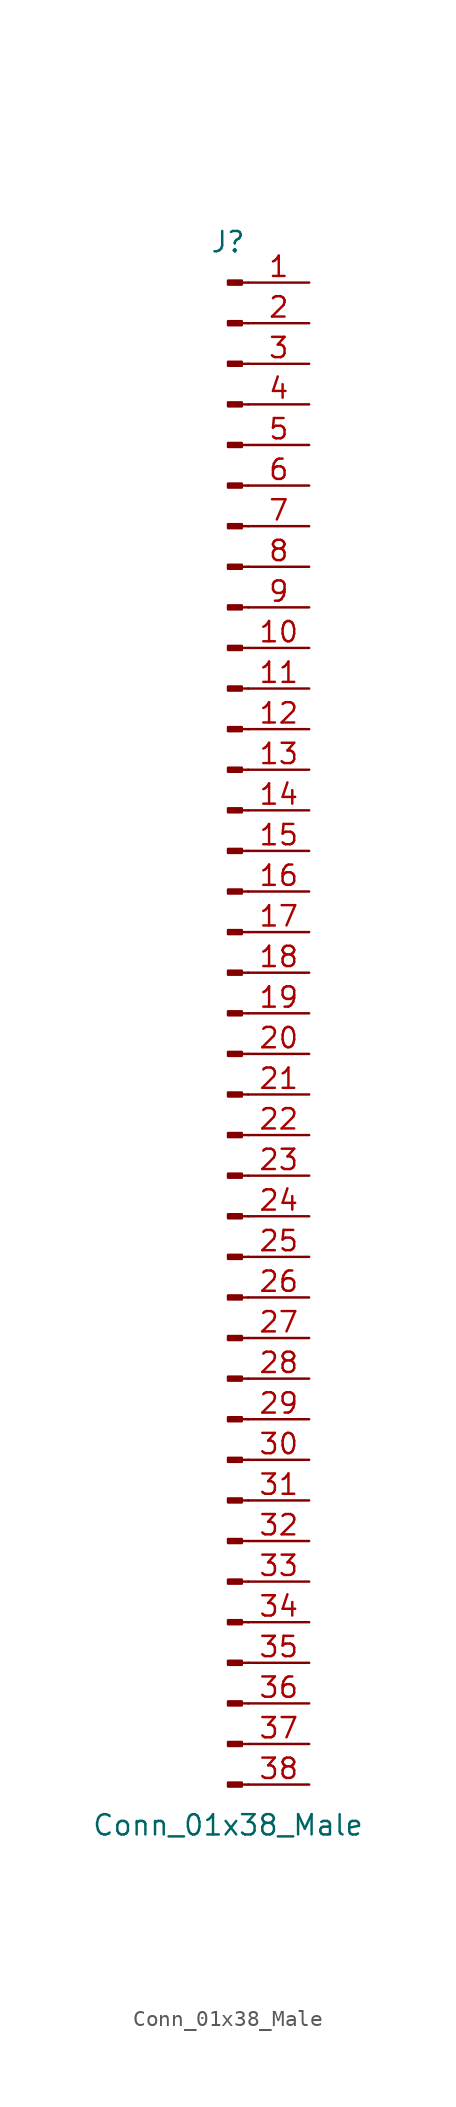
<source format=kicad_sym>
(kicad_symbol_lib
  (version 20231120)
  (generator "kicad_symbol_editor")
  (generator_version "8.0")
  (symbol "Conn_01x38_Male"
    (pin_names
      (offset 1.016) hide)
    (property "Reference" "J"
      (at 0 48.26 0)
      (effects (font (size 1.27 1.27))))
    (property "Value" "Conn_01x38_Male"
      (at 0 -50.8 0)
      (effects (font (size 1.27 1.27))))
    (symbol "Conn_01x38_Male_1_1"
      (polyline (pts (xy 1.27 -48.26) (xy 0.864 -48.26)) (stroke (width 0.152) (type default)) (fill (type none)))
      (polyline (pts (xy 1.27 -45.72) (xy 0.864 -45.72)) (stroke (width 0.152) (type default)) (fill (type none)))
      (polyline (pts (xy 1.27 -43.18) (xy 0.864 -43.18)) (stroke (width 0.152) (type default)) (fill (type none)))
      (polyline (pts (xy 1.27 -40.64) (xy 0.864 -40.64)) (stroke (width 0.152) (type default)) (fill (type none)))
      (polyline (pts (xy 1.27 -38.1) (xy 0.864 -38.1)) (stroke (width 0.152) (type default)) (fill (type none)))
      (polyline (pts (xy 1.27 -35.56) (xy 0.864 -35.56)) (stroke (width 0.152) (type default)) (fill (type none)))
      (polyline (pts (xy 1.27 -33.02) (xy 0.864 -33.02)) (stroke (width 0.152) (type default)) (fill (type none)))
      (polyline (pts (xy 1.27 -30.48) (xy 0.864 -30.48)) (stroke (width 0.152) (type default)) (fill (type none)))
      (polyline (pts (xy 1.27 -27.94) (xy 0.864 -27.94)) (stroke (width 0.152) (type default)) (fill (type none)))
      (polyline (pts (xy 1.27 -25.4) (xy 0.864 -25.4)) (stroke (width 0.152) (type default)) (fill (type none)))
      (polyline (pts (xy 1.27 -22.86) (xy 0.864 -22.86)) (stroke (width 0.152) (type default)) (fill (type none)))
      (polyline (pts (xy 1.27 -20.32) (xy 0.864 -20.32)) (stroke (width 0.152) (type default)) (fill (type none)))
      (polyline (pts (xy 1.27 -17.78) (xy 0.864 -17.78)) (stroke (width 0.152) (type default)) (fill (type none)))
      (polyline (pts (xy 1.27 -15.24) (xy 0.864 -15.24)) (stroke (width 0.152) (type default)) (fill (type none)))
      (polyline (pts (xy 1.27 -12.7) (xy 0.864 -12.7)) (stroke (width 0.152) (type default)) (fill (type none)))
      (polyline (pts (xy 1.27 -10.16) (xy 0.864 -10.16)) (stroke (width 0.152) (type default)) (fill (type none)))
      (polyline (pts (xy 1.27 -7.62) (xy 0.864 -7.62)) (stroke (width 0.152) (type default)) (fill (type none)))
      (polyline (pts (xy 1.27 -5.08) (xy 0.864 -5.08)) (stroke (width 0.152) (type default)) (fill (type none)))
      (polyline (pts (xy 1.27 -2.54) (xy 0.864 -2.54)) (stroke (width 0.152) (type default)) (fill (type none)))
      (polyline (pts (xy 1.27 0) (xy 0.864 0)) (stroke (width 0.152) (type default)) (fill (type none)))
      (polyline (pts (xy 1.27 2.54) (xy 0.864 2.54)) (stroke (width 0.152) (type default)) (fill (type none)))
      (polyline (pts (xy 1.27 5.08) (xy 0.864 5.08)) (stroke (width 0.152) (type default)) (fill (type none)))
      (polyline (pts (xy 1.27 7.62) (xy 0.864 7.62)) (stroke (width 0.152) (type default)) (fill (type none)))
      (polyline (pts (xy 1.27 10.16) (xy 0.864 10.16)) (stroke (width 0.152) (type default)) (fill (type none)))
      (polyline (pts (xy 1.27 12.7) (xy 0.864 12.7)) (stroke (width 0.152) (type default)) (fill (type none)))
      (polyline (pts (xy 1.27 15.24) (xy 0.864 15.24)) (stroke (width 0.152) (type default)) (fill (type none)))
      (polyline (pts (xy 1.27 17.78) (xy 0.864 17.78)) (stroke (width 0.152) (type default)) (fill (type none)))
      (polyline (pts (xy 1.27 20.32) (xy 0.864 20.32)) (stroke (width 0.152) (type default)) (fill (type none)))
      (polyline (pts (xy 1.27 22.86) (xy 0.864 22.86)) (stroke (width 0.152) (type default)) (fill (type none)))
      (polyline (pts (xy 1.27 25.4) (xy 0.864 25.4)) (stroke (width 0.152) (type default)) (fill (type none)))
      (polyline (pts (xy 1.27 27.94) (xy 0.864 27.94)) (stroke (width 0.152) (type default)) (fill (type none)))
      (polyline (pts (xy 1.27 30.48) (xy 0.864 30.48)) (stroke (width 0.152) (type default)) (fill (type none)))
      (polyline (pts (xy 1.27 33.02) (xy 0.864 33.02)) (stroke (width 0.152) (type default)) (fill (type none)))
      (polyline (pts (xy 1.27 35.56) (xy 0.864 35.56)) (stroke (width 0.152) (type default)) (fill (type none)))
      (polyline (pts (xy 1.27 38.1) (xy 0.864 38.1)) (stroke (width 0.152) (type default)) (fill (type none)))
      (polyline (pts (xy 1.27 40.64) (xy 0.864 40.64)) (stroke (width 0.152) (type default)) (fill (type none)))
      (polyline (pts (xy 1.27 43.18) (xy 0.864 43.18)) (stroke (width 0.152) (type default)) (fill (type none)))
      (polyline (pts (xy 1.27 45.72) (xy 0.864 45.72)) (stroke (width 0.152) (type default)) (fill (type none)))
      (rectangle (start 0.864 -48.133) (end 0 -48.387) (stroke (width 0.152) (type default)) (fill (type outline)))
      (rectangle (start 0.864 -45.593) (end 0 -45.847) (stroke (width 0.152) (type default)) (fill (type outline)))
      (rectangle (start 0.864 -43.053) (end 0 -43.307) (stroke (width 0.152) (type default)) (fill (type outline)))
      (rectangle (start 0.864 -40.513) (end 0 -40.767) (stroke (width 0.152) (type default)) (fill (type outline)))
      (rectangle (start 0.864 -37.973) (end 0 -38.227) (stroke (width 0.152) (type default)) (fill (type outline)))
      (rectangle (start 0.864 -35.433) (end 0 -35.687) (stroke (width 0.152) (type default)) (fill (type outline)))
      (rectangle (start 0.864 -32.893) (end 0 -33.147) (stroke (width 0.152) (type default)) (fill (type outline)))
      (rectangle (start 0.864 -30.353) (end 0 -30.607) (stroke (width 0.152) (type default)) (fill (type outline)))
      (rectangle (start 0.864 -27.813) (end 0 -28.067) (stroke (width 0.152) (type default)) (fill (type outline)))
      (rectangle (start 0.864 -25.273) (end 0 -25.527) (stroke (width 0.152) (type default)) (fill (type outline)))
      (rectangle (start 0.864 -22.733) (end 0 -22.987) (stroke (width 0.152) (type default)) (fill (type outline)))
      (rectangle (start 0.864 -20.193) (end 0 -20.447) (stroke (width 0.152) (type default)) (fill (type outline)))
      (rectangle (start 0.864 -17.653) (end 0 -17.907) (stroke (width 0.152) (type default)) (fill (type outline)))
      (rectangle (start 0.864 -15.113) (end 0 -15.367) (stroke (width 0.152) (type default)) (fill (type outline)))
      (rectangle (start 0.864 -12.573) (end 0 -12.827) (stroke (width 0.152) (type default)) (fill (type outline)))
      (rectangle (start 0.864 -10.033) (end 0 -10.287) (stroke (width 0.152) (type default)) (fill (type outline)))
      (rectangle (start 0.864 -7.493) (end 0 -7.747) (stroke (width 0.152) (type default)) (fill (type outline)))
      (rectangle (start 0.864 -4.953) (end 0 -5.207) (stroke (width 0.152) (type default)) (fill (type outline)))
      (rectangle (start 0.864 -2.413) (end 0 -2.667) (stroke (width 0.152) (type default)) (fill (type outline)))
      (rectangle (start 0.864 0.127) (end 0 -0.127) (stroke (width 0.152) (type default)) (fill (type outline)))
      (rectangle (start 0.864 2.667) (end 0 2.413) (stroke (width 0.152) (type default)) (fill (type outline)))
      (rectangle (start 0.864 5.207) (end 0 4.953) (stroke (width 0.152) (type default)) (fill (type outline)))
      (rectangle (start 0.864 7.747) (end 0 7.493) (stroke (width 0.152) (type default)) (fill (type outline)))
      (rectangle (start 0.864 10.287) (end 0 10.033) (stroke (width 0.152) (type default)) (fill (type outline)))
      (rectangle (start 0.864 12.827) (end 0 12.573) (stroke (width 0.152) (type default)) (fill (type outline)))
      (rectangle (start 0.864 15.367) (end 0 15.113) (stroke (width 0.152) (type default)) (fill (type outline)))
      (rectangle (start 0.864 17.907) (end 0 17.653) (stroke (width 0.152) (type default)) (fill (type outline)))
      (rectangle (start 0.864 20.447) (end 0 20.193) (stroke (width 0.152) (type default)) (fill (type outline)))
      (rectangle (start 0.864 22.987) (end 0 22.733) (stroke (width 0.152) (type default)) (fill (type outline)))
      (rectangle (start 0.864 25.527) (end 0 25.273) (stroke (width 0.152) (type default)) (fill (type outline)))
      (rectangle (start 0.864 28.067) (end 0 27.813) (stroke (width 0.152) (type default)) (fill (type outline)))
      (rectangle (start 0.864 30.607) (end 0 30.353) (stroke (width 0.152) (type default)) (fill (type outline)))
      (rectangle (start 0.864 33.147) (end 0 32.893) (stroke (width 0.152) (type default)) (fill (type outline)))
      (rectangle (start 0.864 35.687) (end 0 35.433) (stroke (width 0.152) (type default)) (fill (type outline)))
      (rectangle (start 0.864 38.227) (end 0 37.973) (stroke (width 0.152) (type default)) (fill (type outline)))
      (rectangle (start 0.864 40.767) (end 0 40.513) (stroke (width 0.152) (type default)) (fill (type outline)))
      (rectangle (start 0.864 43.307) (end 0 43.053) (stroke (width 0.152) (type default)) (fill (type outline)))
      (rectangle (start 0.864 45.847) (end 0 45.593) (stroke (width 0.152) (type default)) (fill (type outline)))
      (pin passive line (at 5.08 45.72 180) (length 3.81) (name "Pin_1" (effects (font (size 1.27 1.27)))) (number "1" (effects (font (size 1.27 1.27)))))
      (pin passive line (at 5.08 22.86 180) (length 3.81) (name "Pin_10" (effects (font (size 1.27 1.27)))) (number "10" (effects (font (size 1.27 1.27)))))
      (pin passive line (at 5.08 20.32 180) (length 3.81) (name "Pin_11" (effects (font (size 1.27 1.27)))) (number "11" (effects (font (size 1.27 1.27)))))
      (pin passive line (at 5.08 17.78 180) (length 3.81) (name "Pin_12" (effects (font (size 1.27 1.27)))) (number "12" (effects (font (size 1.27 1.27)))))
      (pin passive line (at 5.08 15.24 180) (length 3.81) (name "Pin_13" (effects (font (size 1.27 1.27)))) (number "13" (effects (font (size 1.27 1.27)))))
      (pin passive line (at 5.08 12.7 180) (length 3.81) (name "Pin_14" (effects (font (size 1.27 1.27)))) (number "14" (effects (font (size 1.27 1.27)))))
      (pin passive line (at 5.08 10.16 180) (length 3.81) (name "Pin_15" (effects (font (size 1.27 1.27)))) (number "15" (effects (font (size 1.27 1.27)))))
      (pin passive line (at 5.08 7.62 180) (length 3.81) (name "Pin_16" (effects (font (size 1.27 1.27)))) (number "16" (effects (font (size 1.27 1.27)))))
      (pin passive line (at 5.08 5.08 180) (length 3.81) (name "Pin_17" (effects (font (size 1.27 1.27)))) (number "17" (effects (font (size 1.27 1.27)))))
      (pin passive line (at 5.08 2.54 180) (length 3.81) (name "Pin_18" (effects (font (size 1.27 1.27)))) (number "18" (effects (font (size 1.27 1.27)))))
      (pin passive line (at 5.08 0 180) (length 3.81) (name "Pin_19" (effects (font (size 1.27 1.27)))) (number "19" (effects (font (size 1.27 1.27)))))
      (pin passive line (at 5.08 43.18 180) (length 3.81) (name "Pin_2" (effects (font (size 1.27 1.27)))) (number "2" (effects (font (size 1.27 1.27)))))
      (pin passive line (at 5.08 -2.54 180) (length 3.81) (name "Pin_20" (effects (font (size 1.27 1.27)))) (number "20" (effects (font (size 1.27 1.27)))))
      (pin passive line (at 5.08 -5.08 180) (length 3.81) (name "Pin_21" (effects (font (size 1.27 1.27)))) (number "21" (effects (font (size 1.27 1.27)))))
      (pin passive line (at 5.08 -7.62 180) (length 3.81) (name "Pin_22" (effects (font (size 1.27 1.27)))) (number "22" (effects (font (size 1.27 1.27)))))
      (pin passive line (at 5.08 -10.16 180) (length 3.81) (name "Pin_23" (effects (font (size 1.27 1.27)))) (number "23" (effects (font (size 1.27 1.27)))))
      (pin passive line (at 5.08 -12.7 180) (length 3.81) (name "Pin_24" (effects (font (size 1.27 1.27)))) (number "24" (effects (font (size 1.27 1.27)))))
      (pin passive line (at 5.08 -15.24 180) (length 3.81) (name "Pin_25" (effects (font (size 1.27 1.27)))) (number "25" (effects (font (size 1.27 1.27)))))
      (pin passive line (at 5.08 -17.78 180) (length 3.81) (name "Pin_26" (effects (font (size 1.27 1.27)))) (number "26" (effects (font (size 1.27 1.27)))))
      (pin passive line (at 5.08 -20.32 180) (length 3.81) (name "Pin_27" (effects (font (size 1.27 1.27)))) (number "27" (effects (font (size 1.27 1.27)))))
      (pin passive line (at 5.08 -22.86 180) (length 3.81) (name "Pin_28" (effects (font (size 1.27 1.27)))) (number "28" (effects (font (size 1.27 1.27)))))
      (pin passive line (at 5.08 -25.4 180) (length 3.81) (name "Pin_29" (effects (font (size 1.27 1.27)))) (number "29" (effects (font (size 1.27 1.27)))))
      (pin passive line (at 5.08 40.64 180) (length 3.81) (name "Pin_3" (effects (font (size 1.27 1.27)))) (number "3" (effects (font (size 1.27 1.27)))))
      (pin passive line (at 5.08 -27.94 180) (length 3.81) (name "Pin_30" (effects (font (size 1.27 1.27)))) (number "30" (effects (font (size 1.27 1.27)))))
      (pin passive line (at 5.08 -30.48 180) (length 3.81) (name "Pin_31" (effects (font (size 1.27 1.27)))) (number "31" (effects (font (size 1.27 1.27)))))
      (pin passive line (at 5.08 -33.02 180) (length 3.81) (name "Pin_32" (effects (font (size 1.27 1.27)))) (number "32" (effects (font (size 1.27 1.27)))))
      (pin passive line (at 5.08 -35.56 180) (length 3.81) (name "Pin_33" (effects (font (size 1.27 1.27)))) (number "33" (effects (font (size 1.27 1.27)))))
      (pin passive line (at 5.08 -38.1 180) (length 3.81) (name "Pin_34" (effects (font (size 1.27 1.27)))) (number "34" (effects (font (size 1.27 1.27)))))
      (pin passive line (at 5.08 -40.64 180) (length 3.81) (name "Pin_35" (effects (font (size 1.27 1.27)))) (number "35" (effects (font (size 1.27 1.27)))))
      (pin passive line (at 5.08 -43.18 180) (length 3.81) (name "Pin_36" (effects (font (size 1.27 1.27)))) (number "36" (effects (font (size 1.27 1.27)))))
      (pin passive line (at 5.08 -45.72 180) (length 3.81) (name "Pin_37" (effects (font (size 1.27 1.27)))) (number "37" (effects (font (size 1.27 1.27)))))
      (pin passive line (at 5.08 -48.26 180) (length 3.81) (name "Pin_38" (effects (font (size 1.27 1.27)))) (number "38" (effects (font (size 1.27 1.27)))))
      (pin passive line (at 5.08 38.1 180) (length 3.81) (name "Pin_4" (effects (font (size 1.27 1.27)))) (number "4" (effects (font (size 1.27 1.27)))))
      (pin passive line (at 5.08 35.56 180) (length 3.81) (name "Pin_5" (effects (font (size 1.27 1.27)))) (number "5" (effects (font (size 1.27 1.27)))))
      (pin passive line (at 5.08 33.02 180) (length 3.81) (name "Pin_6" (effects (font (size 1.27 1.27)))) (number "6" (effects (font (size 1.27 1.27)))))
      (pin passive line (at 5.08 30.48 180) (length 3.81) (name "Pin_7" (effects (font (size 1.27 1.27)))) (number "7" (effects (font (size 1.27 1.27)))))
      (pin passive line (at 5.08 27.94 180) (length 3.81) (name "Pin_8" (effects (font (size 1.27 1.27)))) (number "8" (effects (font (size 1.27 1.27)))))
      (pin passive line (at 5.08 25.4 180) (length 3.81) (name "Pin_9" (effects (font (size 1.27 1.27)))) (number "9" (effects (font (size 1.27 1.27))))))))
</source>
